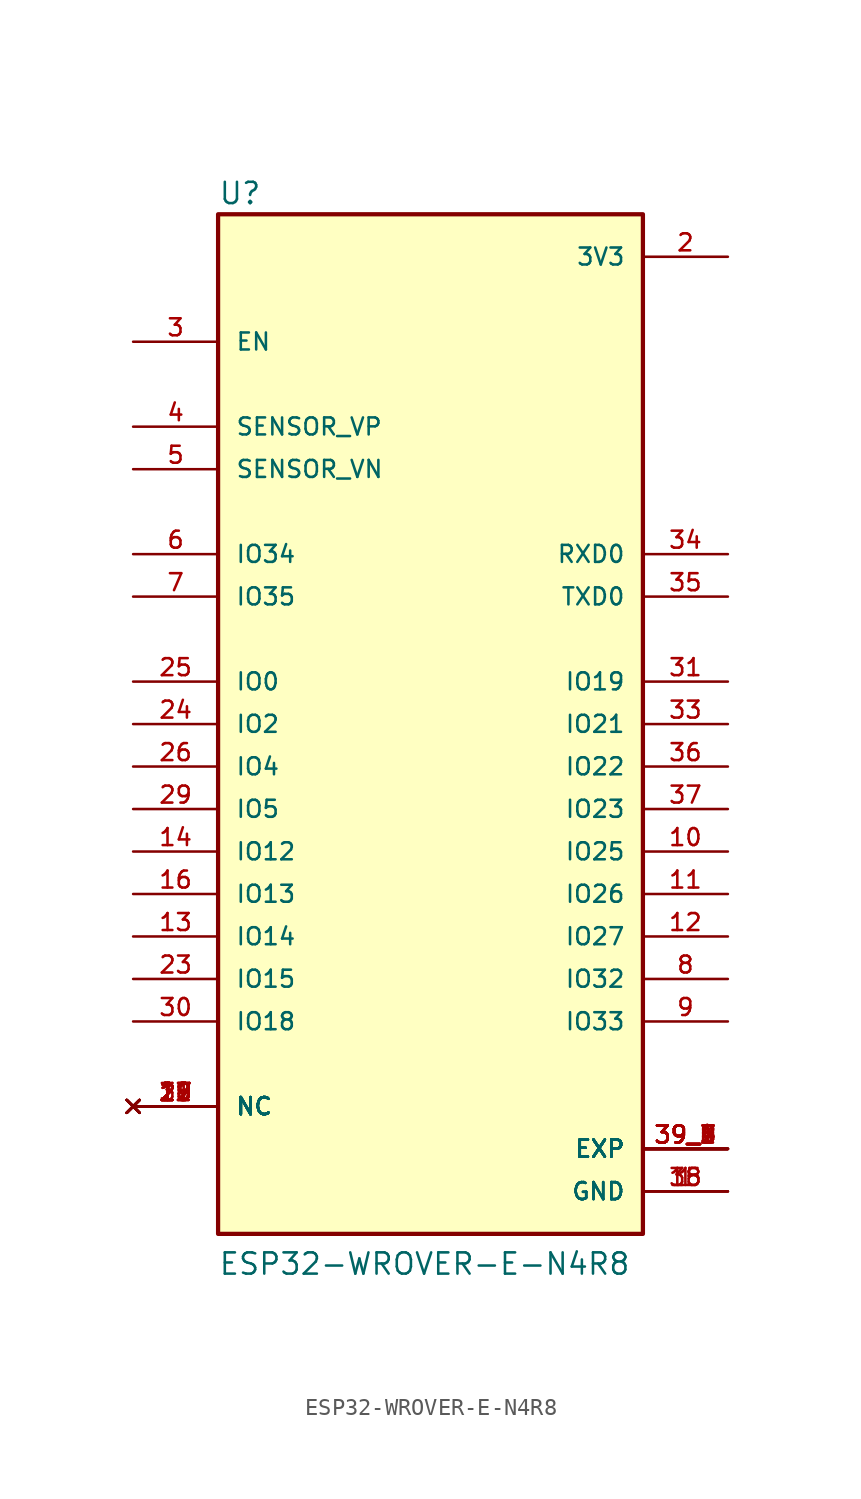
<source format=kicad_sym>
(kicad_symbol_lib
  (version 20211014)
  (generator kicad_symbol_editor)
  (symbol "ESP32-WROVER-E-N4R8"
    (pin_names
      (offset 1.016))
    (property "Reference" "U"
      (at -12.7 30.988 0)
      (effects (font (size 1.27 1.27)) (justify bottom left)))
    (property "Value" "ESP32-WROVER-E-N4R8"
      (at -12.7 -33.02 0)
      (effects (font (size 1.27 1.27)) (justify bottom left)))
    (symbol "ESP32-WROVER-E-N4R8_0_0"
      (rectangle (start -12.7 -30.48) (end 12.7 30.48) (stroke (width 0.254)) (fill (type background)))
      (pin power_in line (at 17.78 -27.94 180.0) (length 5.08) (name "GND" (effects (font (size 1.016 1.016)))) (number "1" (effects (font (size 1.016 1.016)))))
      (pin power_in line (at 17.78 -27.94 180.0) (length 5.08) (name "GND" (effects (font (size 1.016 1.016)))) (number "15" (effects (font (size 1.016 1.016)))))
      (pin power_in line (at 17.78 -27.94 180.0) (length 5.08) (name "GND" (effects (font (size 1.016 1.016)))) (number "38" (effects (font (size 1.016 1.016)))))
      (pin power_in line (at 17.78 27.94 180.0) (length 5.08) (name "3V3" (effects (font (size 1.016 1.016)))) (number "2" (effects (font (size 1.016 1.016)))))
      (pin input line (at -17.78 22.86 0) (length 5.08) (name "EN" (effects (font (size 1.016 1.016)))) (number "3" (effects (font (size 1.016 1.016)))))
      (pin input line (at -17.78 17.78 0) (length 5.08) (name "SENSOR_VP" (effects (font (size 1.016 1.016)))) (number "4" (effects (font (size 1.016 1.016)))))
      (pin input line (at -17.78 15.24 0) (length 5.08) (name "SENSOR_VN" (effects (font (size 1.016 1.016)))) (number "5" (effects (font (size 1.016 1.016)))))
      (pin input line (at -17.78 10.16 0) (length 5.08) (name "IO34" (effects (font (size 1.016 1.016)))) (number "6" (effects (font (size 1.016 1.016)))))
      (pin input line (at -17.78 7.62 0) (length 5.08) (name "IO35" (effects (font (size 1.016 1.016)))) (number "7" (effects (font (size 1.016 1.016)))))
      (pin bidirectional line (at 17.78 -15.24 180.0) (length 5.08) (name "IO32" (effects (font (size 1.016 1.016)))) (number "8" (effects (font (size 1.016 1.016)))))
      (pin bidirectional line (at 17.78 -17.78 180.0) (length 5.08) (name "IO33" (effects (font (size 1.016 1.016)))) (number "9" (effects (font (size 1.016 1.016)))))
      (pin bidirectional line (at 17.78 -7.62 180.0) (length 5.08) (name "IO25" (effects (font (size 1.016 1.016)))) (number "10" (effects (font (size 1.016 1.016)))))
      (pin bidirectional line (at 17.78 -10.16 180.0) (length 5.08) (name "IO26" (effects (font (size 1.016 1.016)))) (number "11" (effects (font (size 1.016 1.016)))))
      (pin bidirectional line (at 17.78 -12.7 180.0) (length 5.08) (name "IO27" (effects (font (size 1.016 1.016)))) (number "12" (effects (font (size 1.016 1.016)))))
      (pin bidirectional line (at -17.78 -12.7 0) (length 5.08) (name "IO14" (effects (font (size 1.016 1.016)))) (number "13" (effects (font (size 1.016 1.016)))))
      (pin bidirectional line (at -17.78 -7.62 0) (length 5.08) (name "IO12" (effects (font (size 1.016 1.016)))) (number "14" (effects (font (size 1.016 1.016)))))
      (pin bidirectional line (at -17.78 -10.16 0) (length 5.08) (name "IO13" (effects (font (size 1.016 1.016)))) (number "16" (effects (font (size 1.016 1.016)))))
      (pin bidirectional line (at -17.78 -15.24 0) (length 5.08) (name "IO15" (effects (font (size 1.016 1.016)))) (number "23" (effects (font (size 1.016 1.016)))))
      (pin bidirectional line (at -17.78 0.0 0) (length 5.08) (name "IO2" (effects (font (size 1.016 1.016)))) (number "24" (effects (font (size 1.016 1.016)))))
      (pin bidirectional line (at -17.78 2.54 0) (length 5.08) (name "IO0" (effects (font (size 1.016 1.016)))) (number "25" (effects (font (size 1.016 1.016)))))
      (pin bidirectional line (at -17.78 -2.54 0) (length 5.08) (name "IO4" (effects (font (size 1.016 1.016)))) (number "26" (effects (font (size 1.016 1.016)))))
      (pin no_connect line (at -17.78 -22.86 0) (length 5.08) (name "NC" (effects (font (size 1.016 1.016)))) (number "17" (effects (font (size 1.016 1.016)))))
      (pin no_connect line (at -17.78 -22.86 0) (length 5.08) (name "NC" (effects (font (size 1.016 1.016)))) (number "18" (effects (font (size 1.016 1.016)))))
      (pin no_connect line (at -17.78 -22.86 0) (length 5.08) (name "NC" (effects (font (size 1.016 1.016)))) (number "19" (effects (font (size 1.016 1.016)))))
      (pin no_connect line (at -17.78 -22.86 0) (length 5.08) (name "NC" (effects (font (size 1.016 1.016)))) (number "20" (effects (font (size 1.016 1.016)))))
      (pin no_connect line (at -17.78 -22.86 0) (length 5.08) (name "NC" (effects (font (size 1.016 1.016)))) (number "21" (effects (font (size 1.016 1.016)))))
      (pin no_connect line (at -17.78 -22.86 0) (length 5.08) (name "NC" (effects (font (size 1.016 1.016)))) (number "22" (effects (font (size 1.016 1.016)))))
      (pin no_connect line (at -17.78 -22.86 0) (length 5.08) (name "NC" (effects (font (size 1.016 1.016)))) (number "27" (effects (font (size 1.016 1.016)))))
      (pin no_connect line (at -17.78 -22.86 0) (length 5.08) (name "NC" (effects (font (size 1.016 1.016)))) (number "28" (effects (font (size 1.016 1.016)))))
      (pin no_connect line (at -17.78 -22.86 0) (length 5.08) (name "NC" (effects (font (size 1.016 1.016)))) (number "32" (effects (font (size 1.016 1.016)))))
      (pin bidirectional line (at -17.78 -5.08 0) (length 5.08) (name "IO5" (effects (font (size 1.016 1.016)))) (number "29" (effects (font (size 1.016 1.016)))))
      (pin bidirectional line (at -17.78 -17.78 0) (length 5.08) (name "IO18" (effects (font (size 1.016 1.016)))) (number "30" (effects (font (size 1.016 1.016)))))
      (pin bidirectional line (at 17.78 2.54 180.0) (length 5.08) (name "IO19" (effects (font (size 1.016 1.016)))) (number "31" (effects (font (size 1.016 1.016)))))
      (pin bidirectional line (at 17.78 0.0 180.0) (length 5.08) (name "IO21" (effects (font (size 1.016 1.016)))) (number "33" (effects (font (size 1.016 1.016)))))
      (pin bidirectional line (at 17.78 10.16 180.0) (length 5.08) (name "RXD0" (effects (font (size 1.016 1.016)))) (number "34" (effects (font (size 1.016 1.016)))))
      (pin bidirectional line (at 17.78 7.62 180.0) (length 5.08) (name "TXD0" (effects (font (size 1.016 1.016)))) (number "35" (effects (font (size 1.016 1.016)))))
      (pin bidirectional line (at 17.78 -2.54 180.0) (length 5.08) (name "IO22" (effects (font (size 1.016 1.016)))) (number "36" (effects (font (size 1.016 1.016)))))
      (pin bidirectional line (at 17.78 -5.08 180.0) (length 5.08) (name "IO23" (effects (font (size 1.016 1.016)))) (number "37" (effects (font (size 1.016 1.016)))))
      (pin power_in line (at 17.78 -25.4 180.0) (length 5.08) (name "EXP" (effects (font (size 1.016 1.016)))) (number "39_1" (effects (font (size 1.016 1.016)))))
      (pin power_in line (at 17.78 -25.4 180.0) (length 5.08) (name "EXP" (effects (font (size 1.016 1.016)))) (number "39_2" (effects (font (size 1.016 1.016)))))
      (pin power_in line (at 17.78 -25.4 180.0) (length 5.08) (name "EXP" (effects (font (size 1.016 1.016)))) (number "39_3" (effects (font (size 1.016 1.016)))))
      (pin power_in line (at 17.78 -25.4 180.0) (length 5.08) (name "EXP" (effects (font (size 1.016 1.016)))) (number "39_4" (effects (font (size 1.016 1.016)))))
      (pin power_in line (at 17.78 -25.4 180.0) (length 5.08) (name "EXP" (effects (font (size 1.016 1.016)))) (number "39_5" (effects (font (size 1.016 1.016)))))
      (pin power_in line (at 17.78 -25.4 180.0) (length 5.08) (name "EXP" (effects (font (size 1.016 1.016)))) (number "39_6" (effects (font (size 1.016 1.016)))))
      (pin power_in line (at 17.78 -25.4 180.0) (length 5.08) (name "EXP" (effects (font (size 1.016 1.016)))) (number "39_7" (effects (font (size 1.016 1.016)))))
      (pin power_in line (at 17.78 -25.4 180.0) (length 5.08) (name "EXP" (effects (font (size 1.016 1.016)))) (number "39_8" (effects (font (size 1.016 1.016)))))
      (pin power_in line (at 17.78 -25.4 180.0) (length 5.08) (name "EXP" (effects (font (size 1.016 1.016)))) (number "39_9" (effects (font (size 1.016 1.016))))))))
</source>
